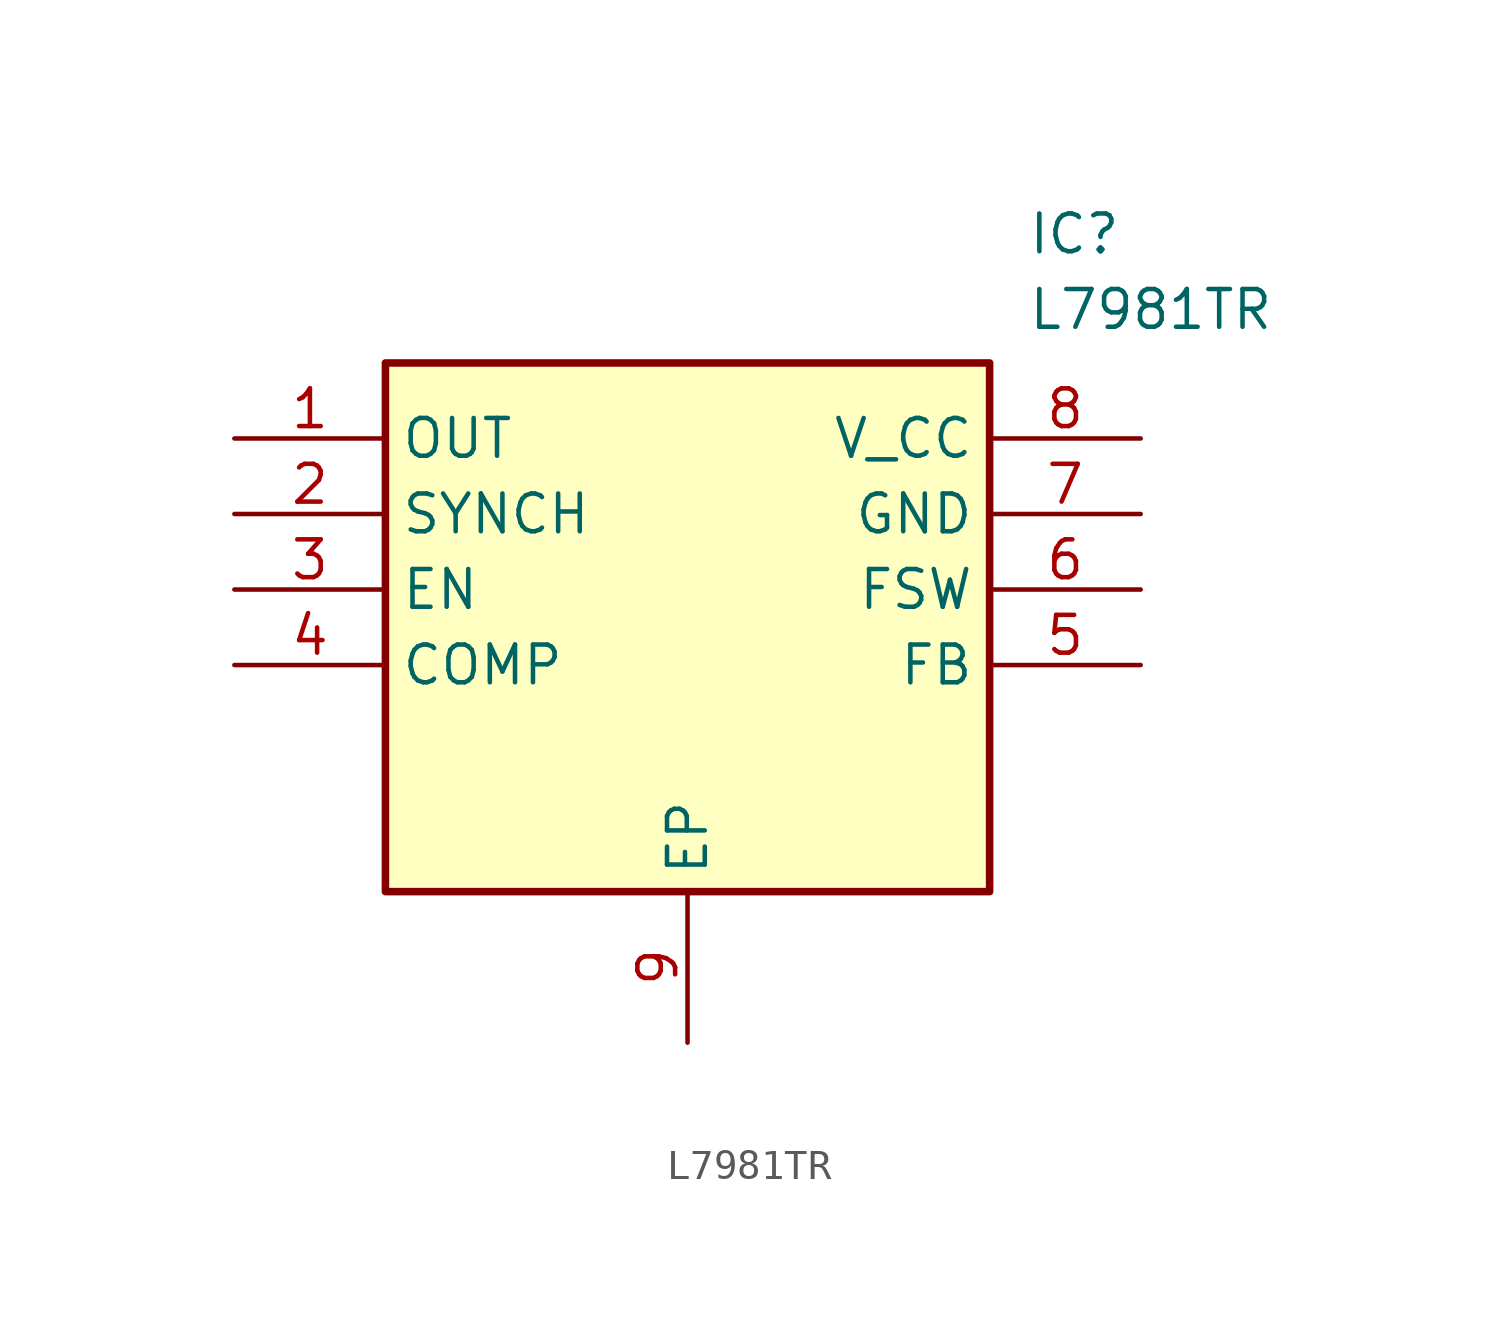
<source format=kicad_sym>
(kicad_symbol_lib
  (version 20211014)
  (generator SamacSys_ECAD_Model)
  (symbol "L7981TR"
    (property "Reference" "IC"
      (at 26.67 7.62 0)
      (effects (font (size 1.27 1.27)) (justify left top)))
    (property "Value" "L7981TR"
      (at 26.67 5.08 0)
      (effects (font (size 1.27 1.27)) (justify left top)))
    (rectangle
      (start 5.08 2.54)
      (end 25.4 -15.24)
      (stroke (width 0.254) (type default))
      (fill (type background)))
    (pin passive line
      (at 0 0 0)
      (length 5.08)
      (name "OUT" (effects (font (size 1.27 1.27))))
      (number "1" (effects (font (size 1.27 1.27)))))
    (pin passive line
      (at 0 -2.54 0)
      (length 5.08)
      (name "SYNCH" (effects (font (size 1.27 1.27))))
      (number "2" (effects (font (size 1.27 1.27)))))
    (pin passive line
      (at 0 -5.08 0)
      (length 5.08)
      (name "EN" (effects (font (size 1.27 1.27))))
      (number "3" (effects (font (size 1.27 1.27)))))
    (pin passive line
      (at 0 -7.62 0)
      (length 5.08)
      (name "COMP" (effects (font (size 1.27 1.27))))
      (number "4" (effects (font (size 1.27 1.27)))))
    (pin passive line
      (at 15.24 -20.32 90)
      (length 5.08)
      (name "EP" (effects (font (size 1.27 1.27))))
      (number "9" (effects (font (size 1.27 1.27)))))
    (pin passive line
      (at 30.48 0 180)
      (length 5.08)
      (name "V_CC" (effects (font (size 1.27 1.27))))
      (number "8" (effects (font (size 1.27 1.27)))))
    (pin passive line
      (at 30.48 -2.54 180)
      (length 5.08)
      (name "GND" (effects (font (size 1.27 1.27))))
      (number "7" (effects (font (size 1.27 1.27)))))
    (pin passive line
      (at 30.48 -5.08 180)
      (length 5.08)
      (name "FSW" (effects (font (size 1.27 1.27))))
      (number "6" (effects (font (size 1.27 1.27)))))
    (pin passive line
      (at 30.48 -7.62 180)
      (length 5.08)
      (name "FB" (effects (font (size 1.27 1.27))))
      (number "5" (effects (font (size 1.27 1.27)))))))
</source>
